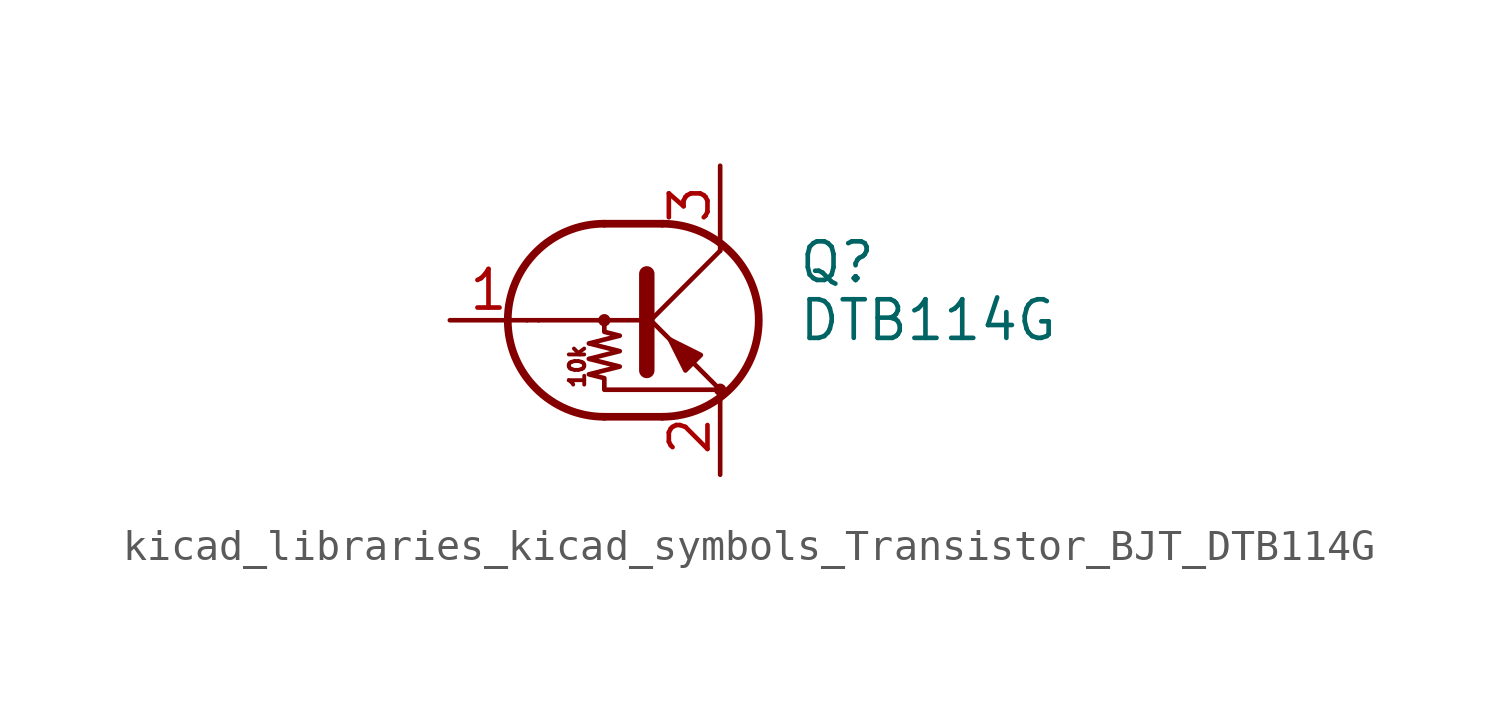
<source format=kicad_sym>
(kicad_symbol_lib
  (version 20220914)
  (generator kicad_symbol_editor)
  (symbol "kicad_libraries_kicad_symbols_Transistor_BJT_DTB114G"
    (pin_names
      (offset 0) hide)
    (property "Reference" "Q"
      (at 5.08 1.905 0)
      (effects (font (size 1.27 1.27)) (justify left)))
    (property "Value" "DTB114G"
      (at 5.08 0 0)
      (effects (font (size 1.27 1.27)) (justify left)))
    (symbol "kicad_libraries_kicad_symbols_Transistor_BJT_DTB114G_0_0"
      (polyline (pts (xy -3.429 0) (xy 0 0)) (stroke (width 0) (type default)) (fill (type none)))
      (text "10k" (at -2.159 -1.524 900) (effects (font (size 0.508 0.508)))))
    (symbol "kicad_libraries_kicad_symbols_Transistor_BJT_DTB114G_0_1"
      (circle (center -1.27 0) (radius 0.127) (stroke (width 0) (type default)) (fill (type none)))
      (arc (start -1.27 3.175) (mid -4.4312 0) (end -1.27 -3.175) (stroke (width 0.254) (type default)) (fill (type none)))
      (polyline (pts (xy -3.429 0) (xy -3.81 0)) (stroke (width 0) (type default)) (fill (type none)))
      (polyline (pts (xy -1.27 -3.175) (xy 0.635 -3.175)) (stroke (width 0.254) (type default)) (fill (type none)))
      (polyline (pts (xy -1.27 3.175) (xy 0.635 3.175)) (stroke (width 0.254) (type default)) (fill (type none)))
      (polyline (pts (xy 0 -0.254) (xy 2.54 2.286)) (stroke (width 0) (type default)) (fill (type none)))
      (polyline (pts (xy 0.127 1.524) (xy 0.127 -1.651)) (stroke (width 0.508) (type default)) (fill (type outline)))
      (polyline (pts (xy 2.54 2.286) (xy 2.54 2.54)) (stroke (width 0) (type default)) (fill (type none)))
      (polyline (pts (xy 2.54 -2.286) (xy 0 0.254) (xy 0 0.254)) (stroke (width 0) (type default)) (fill (type none)))
      (polyline (pts (xy 1.397 -1.651) (xy 1.905 -1.143) (xy 0.889 -0.635) (xy 1.397 -1.651)) (stroke (width 0) (type default)) (fill (type outline)))
      (polyline (pts (xy -1.27 0) (xy -1.27 -0.381) (xy -0.762 -0.508) (xy -1.778 -0.762) (xy -0.762 -1.016) (xy -1.778 -1.27) (xy -0.762 -1.524) (xy -1.778 -1.778) (xy -1.27 -1.905) (xy -1.27 -2.286) (xy 2.54 -2.286)) (stroke (width 0) (type default)) (fill (type none)))
      (arc (start 0.635 -3.175) (mid 3.7962 0) (end 0.635 3.175) (stroke (width 0.254) (type default)) (fill (type none)))
      (circle (center 2.54 -2.286) (radius 0.127) (stroke (width 0) (type default)) (fill (type none))))
    (symbol "kicad_libraries_kicad_symbols_Transistor_BJT_DTB114G_1_1"
      (pin input line (at -6.35 0 0) (length 2.54) (name "B" (effects (font (size 1.27 1.27)))) (number "1" (effects (font (size 1.27 1.27)))))
      (pin passive line (at 2.54 -5.08 90) (length 2.54) (name "E" (effects (font (size 1.27 1.27)))) (number "2" (effects (font (size 1.27 1.27)))))
      (pin passive line (at 2.54 5.08 270) (length 2.54) (name "C" (effects (font (size 1.27 1.27)))) (number "3" (effects (font (size 1.27 1.27))))))))
</source>
